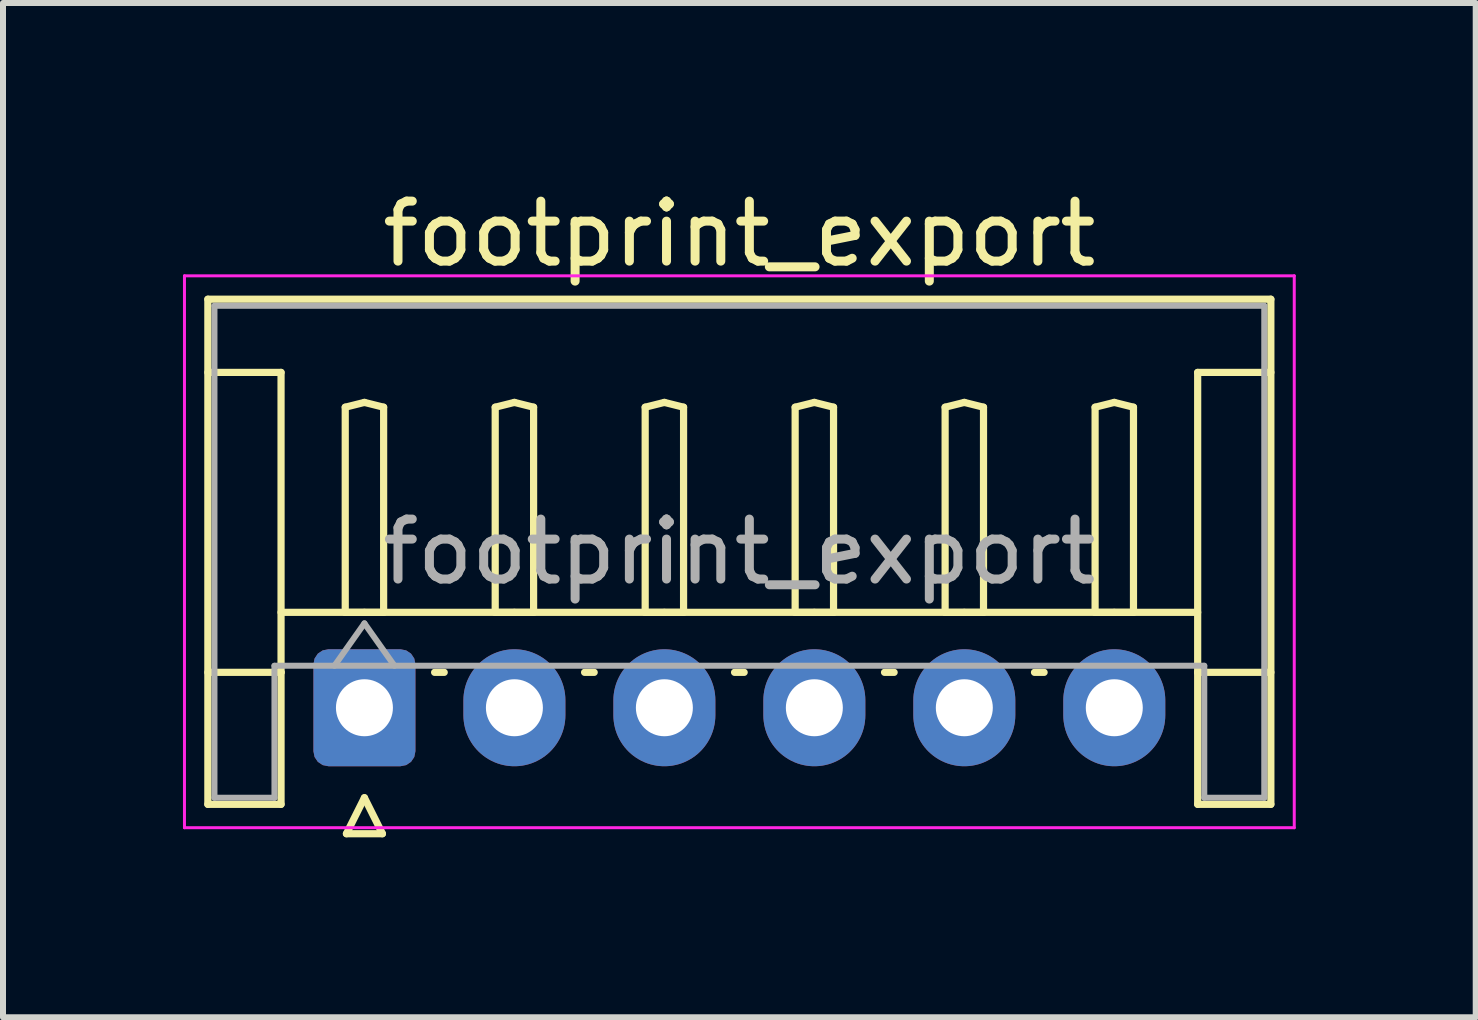
<source format=kicad_pcb>
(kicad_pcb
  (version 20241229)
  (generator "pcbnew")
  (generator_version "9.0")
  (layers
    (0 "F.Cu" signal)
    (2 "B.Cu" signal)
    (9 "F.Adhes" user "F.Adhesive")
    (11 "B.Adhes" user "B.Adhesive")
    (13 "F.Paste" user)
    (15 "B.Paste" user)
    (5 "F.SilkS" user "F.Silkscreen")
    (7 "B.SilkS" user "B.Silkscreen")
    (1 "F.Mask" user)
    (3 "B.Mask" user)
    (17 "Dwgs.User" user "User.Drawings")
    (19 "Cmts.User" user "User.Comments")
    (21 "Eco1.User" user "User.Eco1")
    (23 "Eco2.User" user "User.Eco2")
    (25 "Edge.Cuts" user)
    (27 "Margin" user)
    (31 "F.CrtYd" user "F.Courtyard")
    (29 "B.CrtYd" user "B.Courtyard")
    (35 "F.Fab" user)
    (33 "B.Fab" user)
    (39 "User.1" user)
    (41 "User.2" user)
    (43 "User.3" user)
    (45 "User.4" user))
  (footprint "footprint_export"
    (layer "F.Cu")
    (at 3.025 8.748)
    (property "Reference" "footprint_export" (at 6.25 -7.9 0) (layer "F.SilkS") (effects (font (size 1 1) (thickness 0.15))))
    (attr through_hole)
    (fp_line (start -2.61 -6.81) (end 15.11 -6.81) (stroke (width 0.12) (type solid)) (layer "F.SilkS"))
    (fp_line (start -2.61 -5.59) (end -1.39 -5.59) (stroke (width 0.12) (type solid)) (layer "F.SilkS"))
    (fp_line (start -2.61 1.61) (end -2.61 -6.81) (stroke (width 0.12) (type solid)) (layer "F.SilkS"))
    (fp_line (start -1.39 -5.59) (end -1.39 -0.59) (stroke (width 0.12) (type solid)) (layer "F.SilkS"))
    (fp_line (start -1.39 -1.59) (end 13.89 -1.59) (stroke (width 0.12) (type solid)) (layer "F.SilkS"))
    (fp_line (start -1.39 -0.59) (end -2.61 -0.59) (stroke (width 0.12) (type solid)) (layer "F.SilkS"))
    (fp_line (start -1.39 -0.59) (end -1.39 1.61) (stroke (width 0.12) (type solid)) (layer "F.SilkS"))
    (fp_line (start -1.39 1.61) (end -2.61 1.61) (stroke (width 0.12) (type solid)) (layer "F.SilkS"))
    (fp_line (start -0.32 -5.01) (end 0 -5.09) (stroke (width 0.12) (type solid)) (layer "F.SilkS"))
    (fp_line (start -0.32 -1.59) (end -0.32 -5.01) (stroke (width 0.12) (type solid)) (layer "F.SilkS"))
    (fp_line (start -0.3 2.1) (end 0.3 2.1) (stroke (width 0.12) (type solid)) (layer "F.SilkS"))
    (fp_line (start 0 -5.09) (end 0.32 -5.01) (stroke (width 0.12) (type solid)) (layer "F.SilkS"))
    (fp_line (start 0 -1.59) (end -0.32 -1.59) (stroke (width 0.12) (type solid)) (layer "F.SilkS"))
    (fp_line (start 0 1.5) (end -0.3 2.1) (stroke (width 0.12) (type solid)) (layer "F.SilkS"))
    (fp_line (start 0.3 2.1) (end 0 1.5) (stroke (width 0.12) (type solid)) (layer "F.SilkS"))
    (fp_line (start 0.32 -5.01) (end 0.32 -1.59) (stroke (width 0.12) (type solid)) (layer "F.SilkS"))
    (fp_line (start 0.32 -1.59) (end 0 -1.59) (stroke (width 0.12) (type solid)) (layer "F.SilkS"))
    (fp_line (start 1.17 -0.59) (end 1.33 -0.59) (stroke (width 0.12) (type solid)) (layer "F.SilkS"))
    (fp_line (start 2.18 -5.01) (end 2.5 -5.09) (stroke (width 0.12) (type solid)) (layer "F.SilkS"))
    (fp_line (start 2.18 -1.59) (end 2.18 -5.01) (stroke (width 0.12) (type solid)) (layer "F.SilkS"))
    (fp_line (start 2.5 -5.09) (end 2.82 -5.01) (stroke (width 0.12) (type solid)) (layer "F.SilkS"))
    (fp_line (start 2.5 -1.59) (end 2.18 -1.59) (stroke (width 0.12) (type solid)) (layer "F.SilkS"))
    (fp_line (start 2.82 -5.01) (end 2.82 -1.59) (stroke (width 0.12) (type solid)) (layer "F.SilkS"))
    (fp_line (start 2.82 -1.59) (end 2.5 -1.59) (stroke (width 0.12) (type solid)) (layer "F.SilkS"))
    (fp_line (start 3.67 -0.59) (end 3.83 -0.59) (stroke (width 0.12) (type solid)) (layer "F.SilkS"))
    (fp_line (start 4.68 -5.01) (end 5 -5.09) (stroke (width 0.12) (type solid)) (layer "F.SilkS"))
    (fp_line (start 4.68 -1.59) (end 4.68 -5.01) (stroke (width 0.12) (type solid)) (layer "F.SilkS"))
    (fp_line (start 5 -5.09) (end 5.32 -5.01) (stroke (width 0.12) (type solid)) (layer "F.SilkS"))
    (fp_line (start 5 -1.59) (end 4.68 -1.59) (stroke (width 0.12) (type solid)) (layer "F.SilkS"))
    (fp_line (start 5.32 -5.01) (end 5.32 -1.59) (stroke (width 0.12) (type solid)) (layer "F.SilkS"))
    (fp_line (start 5.32 -1.59) (end 5 -1.59) (stroke (width 0.12) (type solid)) (layer "F.SilkS"))
    (fp_line (start 6.17 -0.59) (end 6.33 -0.59) (stroke (width 0.12) (type solid)) (layer "F.SilkS"))
    (fp_line (start 7.18 -5.01) (end 7.5 -5.09) (stroke (width 0.12) (type solid)) (layer "F.SilkS"))
    (fp_line (start 7.18 -1.59) (end 7.18 -5.01) (stroke (width 0.12) (type solid)) (layer "F.SilkS"))
    (fp_line (start 7.5 -5.09) (end 7.82 -5.01) (stroke (width 0.12) (type solid)) (layer "F.SilkS"))
    (fp_line (start 7.5 -1.59) (end 7.18 -1.59) (stroke (width 0.12) (type solid)) (layer "F.SilkS"))
    (fp_line (start 7.82 -5.01) (end 7.82 -1.59) (stroke (width 0.12) (type solid)) (layer "F.SilkS"))
    (fp_line (start 7.82 -1.59) (end 7.5 -1.59) (stroke (width 0.12) (type solid)) (layer "F.SilkS"))
    (fp_line (start 8.67 -0.59) (end 8.83 -0.59) (stroke (width 0.12) (type solid)) (layer "F.SilkS"))
    (fp_line (start 9.68 -5.01) (end 10 -5.09) (stroke (width 0.12) (type solid)) (layer "F.SilkS"))
    (fp_line (start 9.68 -1.59) (end 9.68 -5.01) (stroke (width 0.12) (type solid)) (layer "F.SilkS"))
    (fp_line (start 10 -5.09) (end 10.32 -5.01) (stroke (width 0.12) (type solid)) (layer "F.SilkS"))
    (fp_line (start 10 -1.59) (end 9.68 -1.59) (stroke (width 0.12) (type solid)) (layer "F.SilkS"))
    (fp_line (start 10.32 -5.01) (end 10.32 -1.59) (stroke (width 0.12) (type solid)) (layer "F.SilkS"))
    (fp_line (start 10.32 -1.59) (end 10 -1.59) (stroke (width 0.12) (type solid)) (layer "F.SilkS"))
    (fp_line (start 11.17 -0.59) (end 11.33 -0.59) (stroke (width 0.12) (type solid)) (layer "F.SilkS"))
    (fp_line (start 12.18 -5.01) (end 12.5 -5.09) (stroke (width 0.12) (type solid)) (layer "F.SilkS"))
    (fp_line (start 12.18 -1.59) (end 12.18 -5.01) (stroke (width 0.12) (type solid)) (layer "F.SilkS"))
    (fp_line (start 12.5 -5.09) (end 12.82 -5.01) (stroke (width 0.12) (type solid)) (layer "F.SilkS"))
    (fp_line (start 12.5 -1.59) (end 12.18 -1.59) (stroke (width 0.12) (type solid)) (layer "F.SilkS"))
    (fp_line (start 12.82 -5.01) (end 12.82 -1.59) (stroke (width 0.12) (type solid)) (layer "F.SilkS"))
    (fp_line (start 12.82 -1.59) (end 12.5 -1.59) (stroke (width 0.12) (type solid)) (layer "F.SilkS"))
    (fp_line (start 13.89 -5.59) (end 13.89 -0.59) (stroke (width 0.12) (type solid)) (layer "F.SilkS"))
    (fp_line (start 13.89 -0.59) (end 15.11 -0.59) (stroke (width 0.12) (type solid)) (layer "F.SilkS"))
    (fp_line (start 13.89 1.61) (end 13.89 -0.59) (stroke (width 0.12) (type solid)) (layer "F.SilkS"))
    (fp_line (start 15.11 -6.81) (end 15.11 1.61) (stroke (width 0.12) (type solid)) (layer "F.SilkS"))
    (fp_line (start 15.11 -5.59) (end 13.89 -5.59) (stroke (width 0.12) (type solid)) (layer "F.SilkS"))
    (fp_line (start 15.11 1.61) (end 13.89 1.61) (stroke (width 0.12) (type solid)) (layer "F.SilkS"))
    (fp_line (start -3 -7.2) (end -3 2) (stroke (width 0.05) (type solid)) (layer "F.CrtYd"))
    (fp_line (start -3 2) (end 15.5 2) (stroke (width 0.05) (type solid)) (layer "F.CrtYd"))
    (fp_line (start 15.5 -7.2) (end -3 -7.2) (stroke (width 0.05) (type solid)) (layer "F.CrtYd"))
    (fp_line (start 15.5 2) (end 15.5 -7.2) (stroke (width 0.05) (type solid)) (layer "F.CrtYd"))
    (fp_line (start -2.5 -6.7) (end 15 -6.7) (stroke (width 0.1) (type solid)) (layer "F.Fab"))
    (fp_line (start -2.5 1.5) (end -2.5 -6.7) (stroke (width 0.1) (type solid)) (layer "F.Fab"))
    (fp_line (start -1.5 -0.7) (end -1.5 1.5) (stroke (width 0.1) (type solid)) (layer "F.Fab"))
    (fp_line (start -1.5 1.5) (end -2.5 1.5) (stroke (width 0.1) (type solid)) (layer "F.Fab"))
    (fp_line (start -0.5 -0.7) (end 0 -1.407) (stroke (width 0.1) (type solid)) (layer "F.Fab"))
    (fp_line (start 0 -1.407) (end 0.5 -0.7) (stroke (width 0.1) (type solid)) (layer "F.Fab"))
    (fp_line (start 14 -0.7) (end -1.5 -0.7) (stroke (width 0.1) (type solid)) (layer "F.Fab"))
    (fp_line (start 14 1.5) (end 14 -0.7) (stroke (width 0.1) (type solid)) (layer "F.Fab"))
    (fp_line (start 15 -6.7) (end 15 1.5) (stroke (width 0.1) (type solid)) (layer "F.Fab"))
    (fp_line (start 15 1.5) (end 14 1.5) (stroke (width 0.1) (type solid)) (layer "F.Fab"))
    (fp_text user "${REFERENCE}" (at 6.25 -2.6 0) (layer "F.Fab") (effects (font (size 1 1) (thickness 0.15))))
    (pad "1" thru_hole roundrect (at 0 0) (size 1.7 1.95) (drill 0.95) (layers "*.Cu" "*.Mask") (roundrect_rratio 0.147))
    (pad "2" thru_hole oval (at 2.5 0) (size 1.7 1.95) (drill 0.95) (layers "*.Cu" "*.Mask"))
    (pad "3" thru_hole oval (at 5 0) (size 1.7 1.95) (drill 0.95) (layers "*.Cu" "*.Mask"))
    (pad "4" thru_hole oval (at 7.5 0) (size 1.7 1.95) (drill 0.95) (layers "*.Cu" "*.Mask"))
    (pad "5" thru_hole oval (at 10 0) (size 1.7 1.95) (drill 0.95) (layers "*.Cu" "*.Mask"))
    (pad "6" thru_hole oval (at 12.5 0) (size 1.7 1.95) (drill 0.95) (layers "*.Cu" "*.Mask")))
  (gr_rect
    (start -3 -3)
    (end 21.55 13.908)
    (stroke (width 0.1) (type default))
    (fill no)
    (layer "Edge.Cuts")))
</source>
